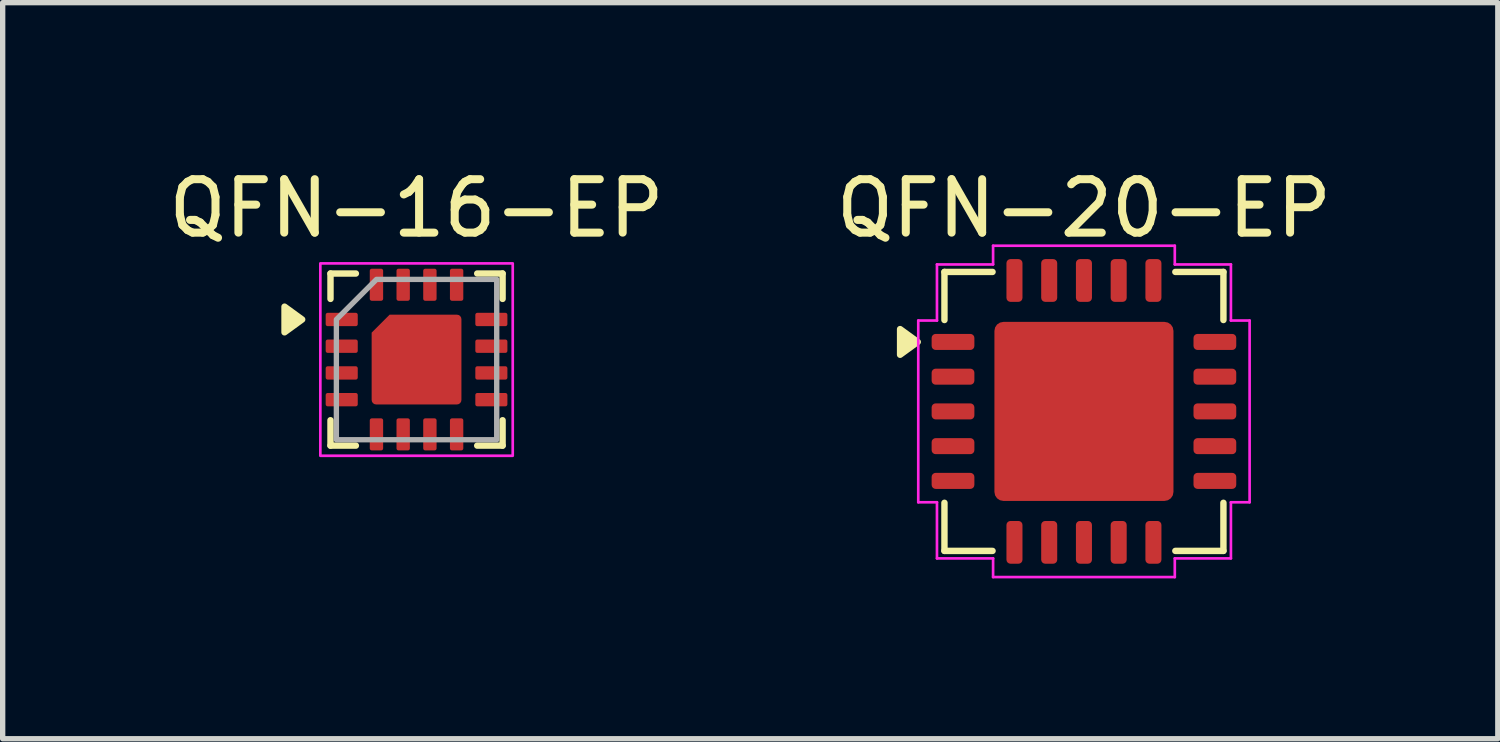
<source format=kicad_pcb>
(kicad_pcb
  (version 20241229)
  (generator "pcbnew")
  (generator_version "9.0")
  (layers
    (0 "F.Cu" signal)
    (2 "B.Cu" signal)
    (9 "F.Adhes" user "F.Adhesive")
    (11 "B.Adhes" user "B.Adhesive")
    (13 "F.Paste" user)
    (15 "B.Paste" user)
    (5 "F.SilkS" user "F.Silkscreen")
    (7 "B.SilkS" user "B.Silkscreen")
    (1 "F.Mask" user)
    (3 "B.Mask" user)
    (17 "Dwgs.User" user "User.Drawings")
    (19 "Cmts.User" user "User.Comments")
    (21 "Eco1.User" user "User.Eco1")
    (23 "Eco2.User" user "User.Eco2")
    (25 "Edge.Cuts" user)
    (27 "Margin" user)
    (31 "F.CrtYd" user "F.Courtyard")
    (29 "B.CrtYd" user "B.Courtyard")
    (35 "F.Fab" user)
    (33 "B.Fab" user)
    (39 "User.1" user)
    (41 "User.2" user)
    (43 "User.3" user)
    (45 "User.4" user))
  (footprint "QFN-16-EP"
    (layer "F.Cu")
    (at 4.744 3.678)
    (property "Reference" "QFN-16-EP" (at 0 -2.83 0) (layer "F.SilkS") (effects (font (size 1 1) (thickness 0.15))))
    (attr smd)
    (fp_line (start -1.61 -1.61) (end -1.135 -1.61) (stroke (width 0.12) (type solid)) (layer "F.SilkS"))
    (fp_line (start -1.61 -1.135) (end -1.61 -1.61) (stroke (width 0.12) (type solid)) (layer "F.SilkS"))
    (fp_line (start -1.61 1.61) (end -1.61 1.135) (stroke (width 0.12) (type solid)) (layer "F.SilkS"))
    (fp_line (start -1.135 1.61) (end -1.61 1.61) (stroke (width 0.12) (type solid)) (layer "F.SilkS"))
    (fp_line (start 1.135 -1.61) (end 1.61 -1.61) (stroke (width 0.12) (type solid)) (layer "F.SilkS"))
    (fp_line (start 1.61 -1.61) (end 1.61 -1.135) (stroke (width 0.12) (type solid)) (layer "F.SilkS"))
    (fp_line (start 1.61 1.135) (end 1.61 1.61) (stroke (width 0.12) (type solid)) (layer "F.SilkS"))
    (fp_line (start 1.61 1.61) (end 1.135 1.61) (stroke (width 0.12) (type solid)) (layer "F.SilkS"))
    (fp_poly (pts (xy -2.14 -0.75) (xy -2.47 -0.51) (xy -2.47 -0.99)) (stroke (width 0.12) (type solid)) (fill yes) (layer "F.SilkS"))
    (fp_rect (start -1.8 -1.8) (end 1.8 1.8) (stroke (width 0.05) (type default)) (fill no) (layer "F.CrtYd"))
    (fp_poly (pts (xy -0.75 -1.5) (xy 1.5 -1.5) (xy 1.5 1.5) (xy -1.5 1.5) (xy -1.5 -0.75)) (stroke (width 0.1) (type solid)) (fill no) (layer "F.Fab"))
    (pad "" smd roundrect (at -0.36 -0.36) (size 0.58 0.58) (layers "F.Paste") (roundrect_rratio 0.25))
    (pad "" smd roundrect (at -0.36 0.36) (size 0.58 0.58) (layers "F.Paste") (roundrect_rratio 0.25))
    (pad "" smd roundrect (at 0.36 -0.36) (size 0.58 0.58) (layers "F.Paste") (roundrect_rratio 0.25))
    (pad "" smd roundrect (at 0.36 0.36) (size 0.58 0.58) (layers "F.Paste") (roundrect_rratio 0.25))
    (pad "1" smd roundrect (at -1.4 -0.75) (size 0.6 0.25) (layers "F.Cu" "F.Mask" "F.Paste") (roundrect_rratio 0.15))
    (pad "2" smd roundrect (at -1.4 -0.25) (size 0.6 0.25) (layers "F.Cu" "F.Mask" "F.Paste") (roundrect_rratio 0.15))
    (pad "3" smd roundrect (at -1.4 0.25) (size 0.6 0.25) (layers "F.Cu" "F.Mask" "F.Paste") (roundrect_rratio 0.15))
    (pad "4" smd roundrect (at -1.4 0.75) (size 0.6 0.25) (layers "F.Cu" "F.Mask" "F.Paste") (roundrect_rratio 0.15))
    (pad "5" smd roundrect (at -0.75 1.4 90) (size 0.6 0.25) (layers "F.Cu" "F.Mask" "F.Paste") (roundrect_rratio 0.15))
    (pad "6" smd roundrect (at -0.25 1.4 90) (size 0.6 0.25) (layers "F.Cu" "F.Mask" "F.Paste") (roundrect_rratio 0.15))
    (pad "7" smd roundrect (at 0.25 1.4 90) (size 0.6 0.25) (layers "F.Cu" "F.Mask" "F.Paste") (roundrect_rratio 0.15))
    (pad "8" smd roundrect (at 0.75 1.4 90) (size 0.6 0.25) (layers "F.Cu" "F.Mask" "F.Paste") (roundrect_rratio 0.15))
    (pad "9" smd roundrect (at 1.4 0.75) (size 0.6 0.25) (layers "F.Cu" "F.Mask" "F.Paste") (roundrect_rratio 0.15))
    (pad "10" smd roundrect (at 1.4 0.25) (size 0.6 0.25) (layers "F.Cu" "F.Mask" "F.Paste") (roundrect_rratio 0.15))
    (pad "11" smd roundrect (at 1.4 -0.25) (size 0.6 0.25) (layers "F.Cu" "F.Mask" "F.Paste") (roundrect_rratio 0.15))
    (pad "12" smd roundrect (at 1.4 -0.75) (size 0.6 0.25) (layers "F.Cu" "F.Mask" "F.Paste") (roundrect_rratio 0.15))
    (pad "13" smd roundrect (at 0.75 -1.4 90) (size 0.6 0.25) (layers "F.Cu" "F.Mask" "F.Paste") (roundrect_rratio 0.15))
    (pad "14" smd roundrect (at 0.25 -1.4 90) (size 0.6 0.25) (layers "F.Cu" "F.Mask" "F.Paste") (roundrect_rratio 0.15))
    (pad "15" smd roundrect (at -0.25 -1.4 90) (size 0.6 0.25) (layers "F.Cu" "F.Mask" "F.Paste") (roundrect_rratio 0.15))
    (pad "16" smd roundrect (at -0.75 -1.4 90) (size 0.6 0.25) (layers "F.Cu" "F.Mask" "F.Paste") (roundrect_rratio 0.15))
    (pad "EP" smd roundrect (at 0 0) (size 1.68 1.68) (property pad_prop_heatsink) (layers "F.Cu" "F.Mask") (roundrect_rratio 0.05) (chamfer_ratio 0.2) (chamfer top_left)))
  (footprint "QFN-20-EP"
    (layer "F.Cu")
    (at 17.232 4.648)
    (property "Reference" "QFN-20-EP" (at 0 -3.8 0) (layer "F.SilkS") (effects (font (size 1 1) (thickness 0.15))))
    (attr smd)
    (fp_line (start -2.61 -2.61) (end -1.71 -2.61) (stroke (width 0.12) (type solid)) (layer "F.SilkS"))
    (fp_line (start -2.61 -1.71) (end -2.61 -2.61) (stroke (width 0.12) (type solid)) (layer "F.SilkS"))
    (fp_line (start -2.61 2.61) (end -2.61 1.71) (stroke (width 0.12) (type solid)) (layer "F.SilkS"))
    (fp_line (start -1.71 2.61) (end -2.61 2.61) (stroke (width 0.12) (type solid)) (layer "F.SilkS"))
    (fp_line (start 1.71 -2.61) (end 2.61 -2.61) (stroke (width 0.12) (type solid)) (layer "F.SilkS"))
    (fp_line (start 2.61 -2.61) (end 2.61 -1.71) (stroke (width 0.12) (type solid)) (layer "F.SilkS"))
    (fp_line (start 2.61 1.71) (end 2.61 2.61) (stroke (width 0.12) (type solid)) (layer "F.SilkS"))
    (fp_line (start 2.61 2.61) (end 1.71 2.61) (stroke (width 0.12) (type solid)) (layer "F.SilkS"))
    (fp_poly (pts (xy -3.11 -1.3) (xy -3.44 -1.06) (xy -3.44 -1.54)) (stroke (width 0.12) (type solid)) (fill yes) (layer "F.SilkS"))
    (fp_line (start -3.1 -1.7) (end -2.75 -1.7) (stroke (width 0.05) (type solid)) (layer "F.CrtYd"))
    (fp_line (start -3.1 1.7) (end -3.1 -1.7) (stroke (width 0.05) (type solid)) (layer "F.CrtYd"))
    (fp_line (start -2.75 -2.75) (end -1.7 -2.75) (stroke (width 0.05) (type solid)) (layer "F.CrtYd"))
    (fp_line (start -2.75 -1.7) (end -2.75 -2.75) (stroke (width 0.05) (type solid)) (layer "F.CrtYd"))
    (fp_line (start -2.75 1.7) (end -3.1 1.7) (stroke (width 0.05) (type solid)) (layer "F.CrtYd"))
    (fp_line (start -2.75 2.75) (end -2.75 1.7) (stroke (width 0.05) (type solid)) (layer "F.CrtYd"))
    (fp_line (start -1.7 -3.1) (end 1.7 -3.1) (stroke (width 0.05) (type solid)) (layer "F.CrtYd"))
    (fp_line (start -1.7 -2.75) (end -1.7 -3.1) (stroke (width 0.05) (type solid)) (layer "F.CrtYd"))
    (fp_line (start -1.7 2.75) (end -2.75 2.75) (stroke (width 0.05) (type solid)) (layer "F.CrtYd"))
    (fp_line (start -1.7 3.1) (end -1.7 2.75) (stroke (width 0.05) (type solid)) (layer "F.CrtYd"))
    (fp_line (start 1.7 -3.1) (end 1.7 -2.75) (stroke (width 0.05) (type solid)) (layer "F.CrtYd"))
    (fp_line (start 1.7 -2.75) (end 2.75 -2.75) (stroke (width 0.05) (type solid)) (layer "F.CrtYd"))
    (fp_line (start 1.7 2.75) (end 1.7 3.1) (stroke (width 0.05) (type solid)) (layer "F.CrtYd"))
    (fp_line (start 1.7 3.1) (end -1.7 3.1) (stroke (width 0.05) (type solid)) (layer "F.CrtYd"))
    (fp_line (start 2.75 -2.75) (end 2.75 -1.7) (stroke (width 0.05) (type solid)) (layer "F.CrtYd"))
    (fp_line (start 2.75 -1.7) (end 3.1 -1.7) (stroke (width 0.05) (type solid)) (layer "F.CrtYd"))
    (fp_line (start 2.75 1.7) (end 2.75 2.75) (stroke (width 0.05) (type solid)) (layer "F.CrtYd"))
    (fp_line (start 2.75 2.75) (end 1.7 2.75) (stroke (width 0.05) (type solid)) (layer "F.CrtYd"))
    (fp_line (start 3.1 -1.7) (end 3.1 1.7) (stroke (width 0.05) (type solid)) (layer "F.CrtYd"))
    (fp_line (start 3.1 1.7) (end 2.75 1.7) (stroke (width 0.05) (type solid)) (layer "F.CrtYd"))
    (pad "" smd roundrect (at -0.84 -0.84) (size 1.35 1.35) (layers "F.Paste") (roundrect_rratio 0.185))
    (pad "" smd roundrect (at -0.84 0.84) (size 1.35 1.35) (layers "F.Paste") (roundrect_rratio 0.185))
    (pad "" smd roundrect (at 0.84 -0.84) (size 1.35 1.35) (layers "F.Paste") (roundrect_rratio 0.185))
    (pad "" smd roundrect (at 0.84 0.84) (size 1.35 1.35) (layers "F.Paste") (roundrect_rratio 0.185))
    (pad "1" smd roundrect (at -2.45 -1.3) (size 0.8 0.3) (layers "F.Cu" "F.Mask" "F.Paste") (roundrect_rratio 0.25))
    (pad "2" smd roundrect (at -2.45 -0.65) (size 0.8 0.3) (layers "F.Cu" "F.Mask" "F.Paste") (roundrect_rratio 0.25))
    (pad "3" smd roundrect (at -2.45 0) (size 0.8 0.3) (layers "F.Cu" "F.Mask" "F.Paste") (roundrect_rratio 0.25))
    (pad "4" smd roundrect (at -2.45 0.65) (size 0.8 0.3) (layers "F.Cu" "F.Mask" "F.Paste") (roundrect_rratio 0.25))
    (pad "5" smd roundrect (at -2.45 1.3) (size 0.8 0.3) (layers "F.Cu" "F.Mask" "F.Paste") (roundrect_rratio 0.25))
    (pad "6" smd roundrect (at -1.3 2.45) (size 0.3 0.8) (layers "F.Cu" "F.Mask" "F.Paste") (roundrect_rratio 0.25))
    (pad "7" smd roundrect (at -0.65 2.45) (size 0.3 0.8) (layers "F.Cu" "F.Mask" "F.Paste") (roundrect_rratio 0.25))
    (pad "8" smd roundrect (at 0 2.45) (size 0.3 0.8) (layers "F.Cu" "F.Mask" "F.Paste") (roundrect_rratio 0.25))
    (pad "9" smd roundrect (at 0.65 2.45) (size 0.3 0.8) (layers "F.Cu" "F.Mask" "F.Paste") (roundrect_rratio 0.25))
    (pad "10" smd roundrect (at 1.3 2.45) (size 0.3 0.8) (layers "F.Cu" "F.Mask" "F.Paste") (roundrect_rratio 0.25))
    (pad "11" smd roundrect (at 2.45 1.3) (size 0.8 0.3) (layers "F.Cu" "F.Mask" "F.Paste") (roundrect_rratio 0.25))
    (pad "12" smd roundrect (at 2.45 0.65) (size 0.8 0.3) (layers "F.Cu" "F.Mask" "F.Paste") (roundrect_rratio 0.25))
    (pad "13" smd roundrect (at 2.45 0) (size 0.8 0.3) (layers "F.Cu" "F.Mask" "F.Paste") (roundrect_rratio 0.25))
    (pad "14" smd roundrect (at 2.45 -0.65) (size 0.8 0.3) (layers "F.Cu" "F.Mask" "F.Paste") (roundrect_rratio 0.25))
    (pad "15" smd roundrect (at 2.45 -1.3) (size 0.8 0.3) (layers "F.Cu" "F.Mask" "F.Paste") (roundrect_rratio 0.25))
    (pad "16" smd roundrect (at 1.3 -2.45) (size 0.3 0.8) (layers "F.Cu" "F.Mask" "F.Paste") (roundrect_rratio 0.25))
    (pad "17" smd roundrect (at 0.65 -2.45) (size 0.3 0.8) (layers "F.Cu" "F.Mask" "F.Paste") (roundrect_rratio 0.25))
    (pad "18" smd roundrect (at 0 -2.45) (size 0.3 0.8) (layers "F.Cu" "F.Mask" "F.Paste") (roundrect_rratio 0.25))
    (pad "19" smd roundrect (at -0.65 -2.45) (size 0.3 0.8) (layers "F.Cu" "F.Mask" "F.Paste") (roundrect_rratio 0.25))
    (pad "20" smd roundrect (at -1.3 -2.45) (size 0.3 0.8) (layers "F.Cu" "F.Mask" "F.Paste") (roundrect_rratio 0.25))
    (pad "EP" smd roundrect (at 0 0) (size 3.35 3.35) (property pad_prop_heatsink) (layers "F.Cu" "F.Mask") (roundrect_rratio 0.05)))
  (gr_rect
    (start -3 -3)
    (end 24.976 10.773)
    (stroke (width 0.1) (type default))
    (fill no)
    (layer "Edge.Cuts")))
</source>
